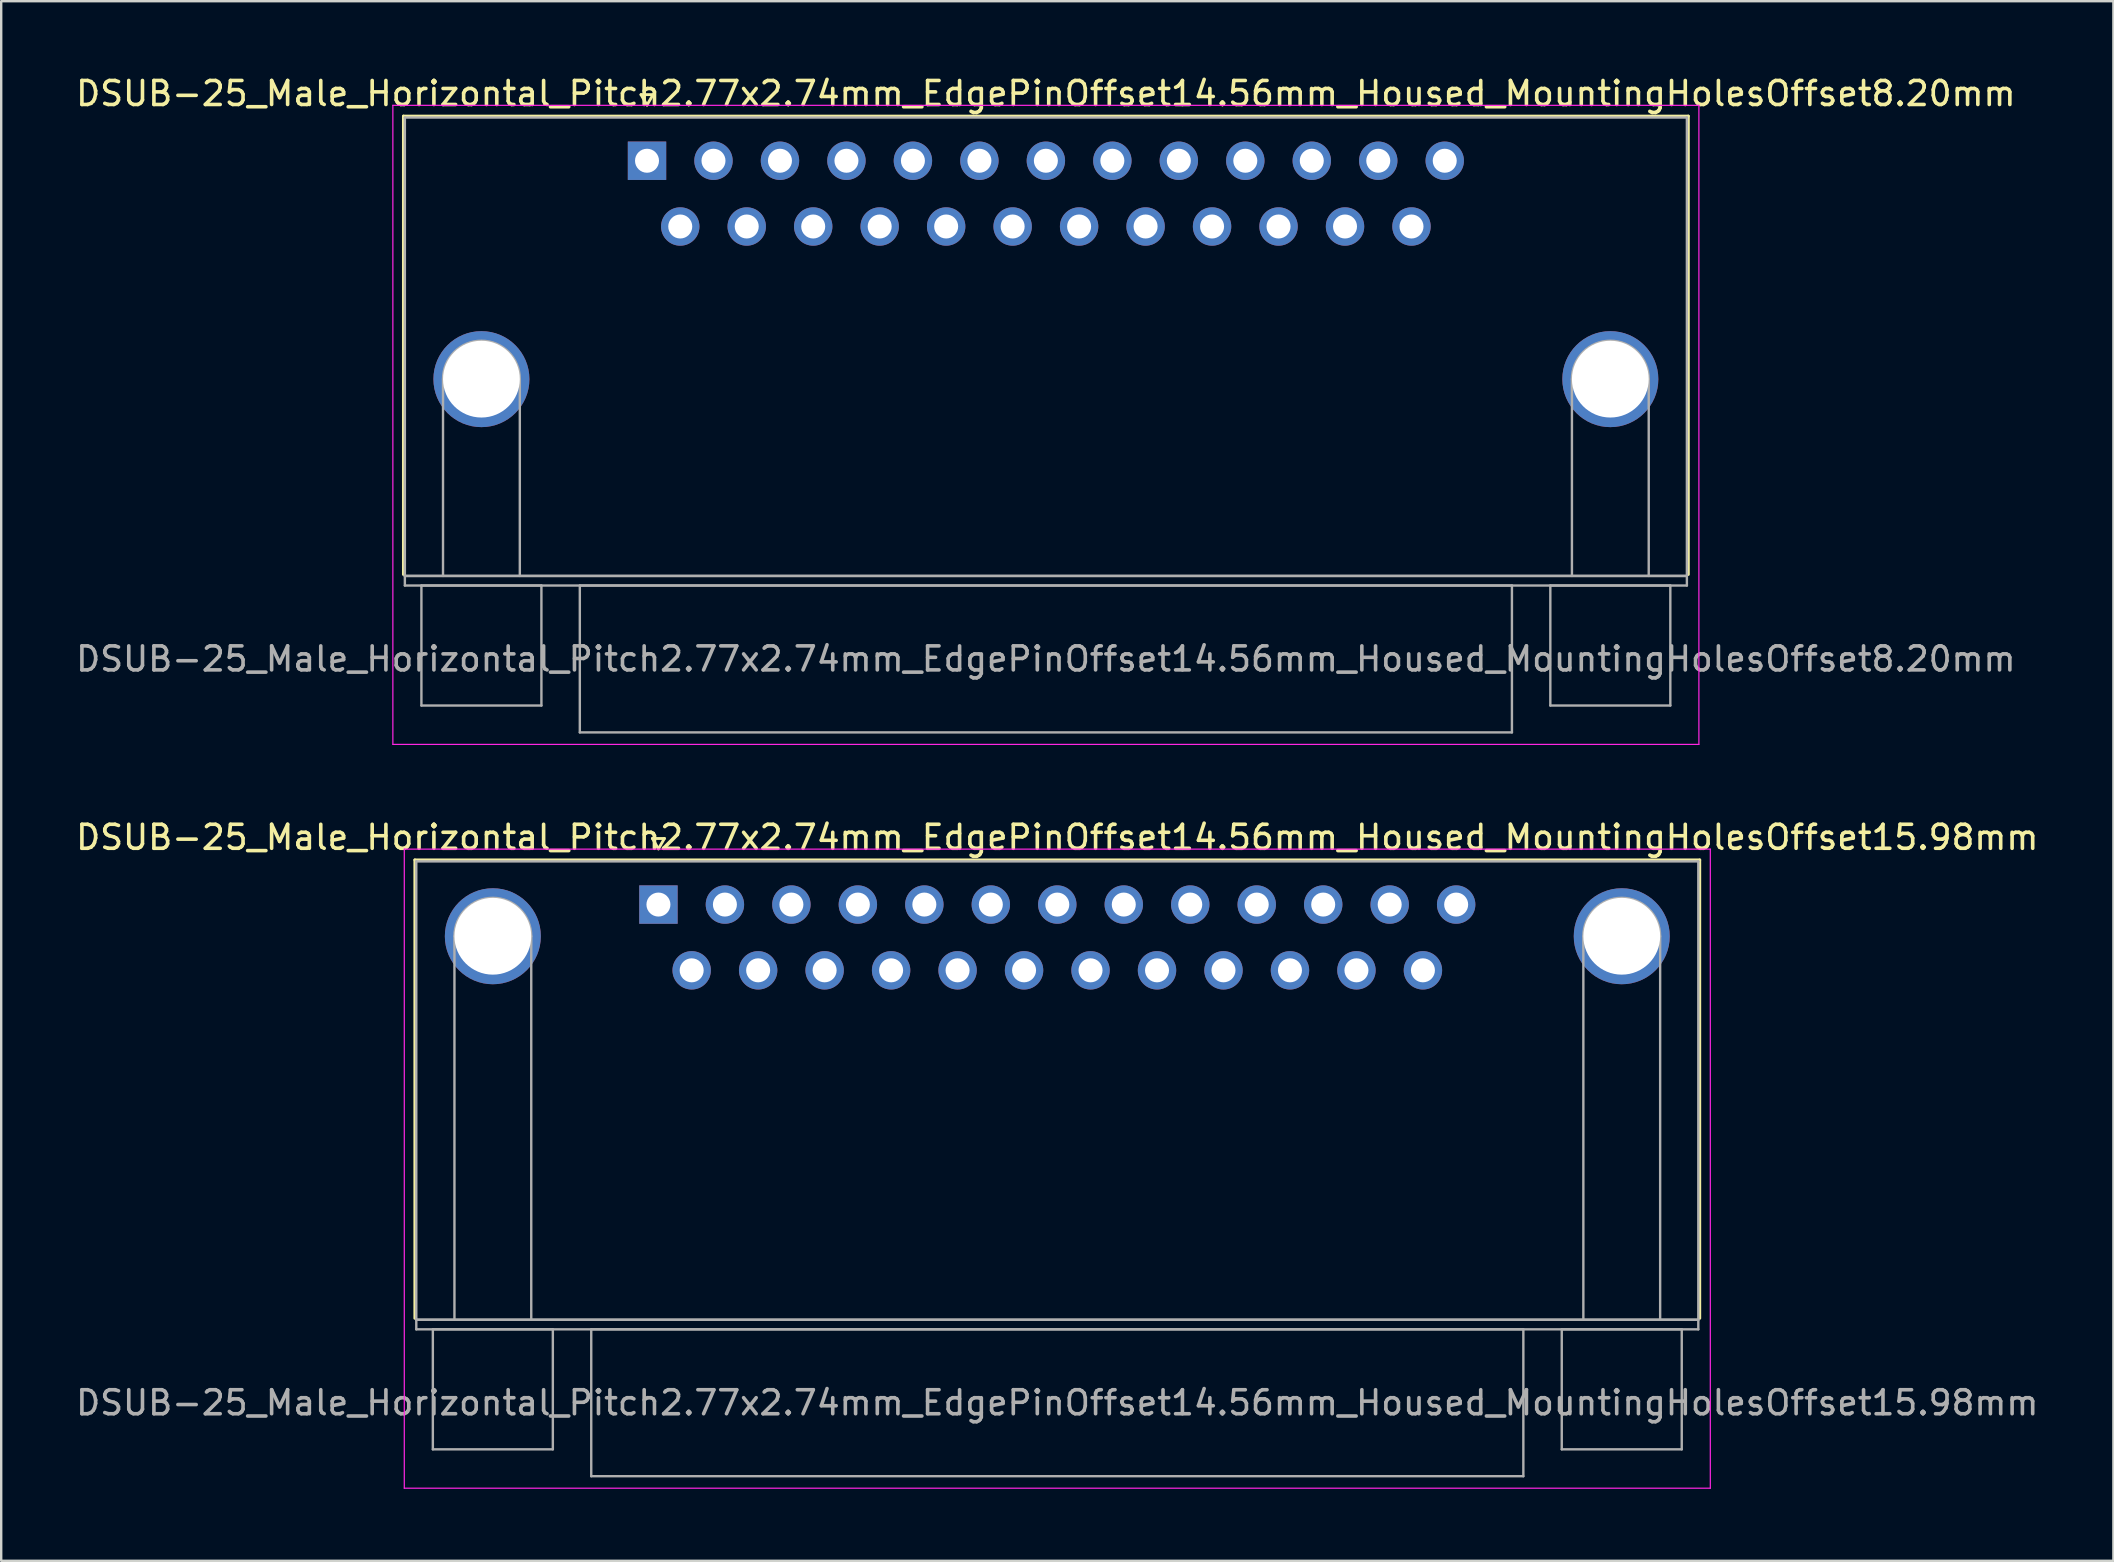
<source format=kicad_pcb>
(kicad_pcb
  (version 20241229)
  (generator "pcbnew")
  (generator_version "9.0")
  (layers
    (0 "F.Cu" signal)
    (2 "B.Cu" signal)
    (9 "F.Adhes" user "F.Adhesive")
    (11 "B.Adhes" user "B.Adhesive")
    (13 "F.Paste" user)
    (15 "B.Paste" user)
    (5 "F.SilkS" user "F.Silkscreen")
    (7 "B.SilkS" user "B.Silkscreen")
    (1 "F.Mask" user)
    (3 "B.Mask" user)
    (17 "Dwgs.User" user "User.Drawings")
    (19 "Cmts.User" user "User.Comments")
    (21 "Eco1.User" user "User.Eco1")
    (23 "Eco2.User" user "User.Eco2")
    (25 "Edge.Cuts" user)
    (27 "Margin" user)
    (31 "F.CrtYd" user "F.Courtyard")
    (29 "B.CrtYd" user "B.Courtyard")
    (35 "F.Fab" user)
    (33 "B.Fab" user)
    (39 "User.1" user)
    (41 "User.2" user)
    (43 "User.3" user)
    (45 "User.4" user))
  (footprint "DSUB-25_Male_Horizontal_Pitch2.77x2.74mm_EdgePinOffset14.56mm_Housed_MountingHolesOffset15.98mm"
    (layer "F.Cu")
    (at 24.386 34.642)
    (property "Reference" "DSUB-25_Male_Horizontal_Pitch2.77x2.74mm_EdgePinOffset14.56mm_Housed_MountingHolesOffset15.98mm" (at 16.62 -2.8 0) (layer "F.SilkS") (effects (font (size 1 1) (thickness 0.15))))
    (attr through_hole)
    (fp_line (start -10.15 -1.86) (end 43.39 -1.86) (stroke (width 0.12) (type solid)) (layer "F.SilkS"))
    (fp_line (start -10.15 17.24) (end -10.15 -1.86) (stroke (width 0.12) (type solid)) (layer "F.SilkS"))
    (fp_line (start -0.25 -2.754) (end 0.25 -2.754) (stroke (width 0.12) (type solid)) (layer "F.SilkS"))
    (fp_line (start 0 -2.321) (end -0.25 -2.754) (stroke (width 0.12) (type solid)) (layer "F.SilkS"))
    (fp_line (start 0.25 -2.754) (end 0 -2.321) (stroke (width 0.12) (type solid)) (layer "F.SilkS"))
    (fp_line (start 43.39 -1.86) (end 43.39 17.24) (stroke (width 0.12) (type solid)) (layer "F.SilkS"))
    (fp_line (start -10.59 -2.31) (end -10.59 24.32) (stroke (width 0.05) (type solid)) (layer "F.CrtYd"))
    (fp_line (start -10.59 24.32) (end 43.83 24.32) (stroke (width 0.05) (type solid)) (layer "F.CrtYd"))
    (fp_line (start 43.83 -2.31) (end -10.59 -2.31) (stroke (width 0.05) (type solid)) (layer "F.CrtYd"))
    (fp_line (start 43.83 24.32) (end 43.83 -2.31) (stroke (width 0.05) (type solid)) (layer "F.CrtYd"))
    (fp_line (start -10.09 -1.8) (end -10.09 17.3) (stroke (width 0.1) (type solid)) (layer "F.Fab"))
    (fp_line (start -10.09 17.3) (end -10.09 17.7) (stroke (width 0.1) (type solid)) (layer "F.Fab"))
    (fp_line (start -10.09 17.3) (end 43.33 17.3) (stroke (width 0.1) (type solid)) (layer "F.Fab"))
    (fp_line (start -10.09 17.7) (end 43.33 17.7) (stroke (width 0.1) (type solid)) (layer "F.Fab"))
    (fp_line (start -9.4 17.7) (end -9.4 22.7) (stroke (width 0.1) (type solid)) (layer "F.Fab"))
    (fp_line (start -9.4 22.7) (end -4.4 22.7) (stroke (width 0.1) (type solid)) (layer "F.Fab"))
    (fp_line (start -8.5 17.3) (end -8.5 1.32) (stroke (width 0.1) (type solid)) (layer "F.Fab"))
    (fp_line (start -5.3 17.3) (end -5.3 1.32) (stroke (width 0.1) (type solid)) (layer "F.Fab"))
    (fp_line (start -4.4 17.7) (end -9.4 17.7) (stroke (width 0.1) (type solid)) (layer "F.Fab"))
    (fp_line (start -4.4 22.7) (end -4.4 17.7) (stroke (width 0.1) (type solid)) (layer "F.Fab"))
    (fp_line (start -2.8 17.7) (end -2.8 23.82) (stroke (width 0.1) (type solid)) (layer "F.Fab"))
    (fp_line (start -2.8 23.82) (end 36.04 23.82) (stroke (width 0.1) (type solid)) (layer "F.Fab"))
    (fp_line (start 36.04 17.7) (end -2.8 17.7) (stroke (width 0.1) (type solid)) (layer "F.Fab"))
    (fp_line (start 36.04 23.82) (end 36.04 17.7) (stroke (width 0.1) (type solid)) (layer "F.Fab"))
    (fp_line (start 37.64 17.7) (end 37.64 22.7) (stroke (width 0.1) (type solid)) (layer "F.Fab"))
    (fp_line (start 37.64 22.7) (end 42.64 22.7) (stroke (width 0.1) (type solid)) (layer "F.Fab"))
    (fp_line (start 38.54 17.3) (end 38.54 1.32) (stroke (width 0.1) (type solid)) (layer "F.Fab"))
    (fp_line (start 41.74 17.3) (end 41.74 1.32) (stroke (width 0.1) (type solid)) (layer "F.Fab"))
    (fp_line (start 42.64 17.7) (end 37.64 17.7) (stroke (width 0.1) (type solid)) (layer "F.Fab"))
    (fp_line (start 42.64 22.7) (end 42.64 17.7) (stroke (width 0.1) (type solid)) (layer "F.Fab"))
    (fp_line (start 43.33 -1.8) (end -10.09 -1.8) (stroke (width 0.1) (type solid)) (layer "F.Fab"))
    (fp_line (start 43.33 17.3) (end -10.09 17.3) (stroke (width 0.1) (type solid)) (layer "F.Fab"))
    (fp_line (start 43.33 17.3) (end 43.33 -1.8) (stroke (width 0.1) (type solid)) (layer "F.Fab"))
    (fp_line (start 43.33 17.7) (end 43.33 17.3) (stroke (width 0.1) (type solid)) (layer "F.Fab"))
    (fp_arc (start -8.5 1.32) (mid -6.9 -0.28) (end -5.3 1.32) (stroke (width 0.1) (type solid)) (layer "F.Fab"))
    (fp_arc (start 38.54 1.32) (mid 40.14 -0.28) (end 41.74 1.32) (stroke (width 0.1) (type solid)) (layer "F.Fab"))
    (fp_text user "${REFERENCE}" (at 16.62 20.76 0) (layer "F.Fab") (effects (font (size 1 1) (thickness 0.15))))
    (pad "0" thru_hole circle (at -6.9 1.32) (size 4 4) (drill 3.2) (layers "*.Cu" "*.Mask"))
    (pad "0" thru_hole circle (at 40.14 1.32) (size 4 4) (drill 3.2) (layers "*.Cu" "*.Mask"))
    (pad "1" thru_hole rect (at 0 0) (size 1.6 1.6) (drill 1) (layers "*.Cu" "*.Mask"))
    (pad "2" thru_hole circle (at 2.77 0) (size 1.6 1.6) (drill 1) (layers "*.Cu" "*.Mask"))
    (pad "3" thru_hole circle (at 5.54 0) (size 1.6 1.6) (drill 1) (layers "*.Cu" "*.Mask"))
    (pad "4" thru_hole circle (at 8.31 0) (size 1.6 1.6) (drill 1) (layers "*.Cu" "*.Mask"))
    (pad "5" thru_hole circle (at 11.08 0) (size 1.6 1.6) (drill 1) (layers "*.Cu" "*.Mask"))
    (pad "6" thru_hole circle (at 13.85 0) (size 1.6 1.6) (drill 1) (layers "*.Cu" "*.Mask"))
    (pad "7" thru_hole circle (at 16.62 0) (size 1.6 1.6) (drill 1) (layers "*.Cu" "*.Mask"))
    (pad "8" thru_hole circle (at 19.39 0) (size 1.6 1.6) (drill 1) (layers "*.Cu" "*.Mask"))
    (pad "9" thru_hole circle (at 22.16 0) (size 1.6 1.6) (drill 1) (layers "*.Cu" "*.Mask"))
    (pad "10" thru_hole circle (at 24.93 0) (size 1.6 1.6) (drill 1) (layers "*.Cu" "*.Mask"))
    (pad "11" thru_hole circle (at 27.7 0) (size 1.6 1.6) (drill 1) (layers "*.Cu" "*.Mask"))
    (pad "12" thru_hole circle (at 30.47 0) (size 1.6 1.6) (drill 1) (layers "*.Cu" "*.Mask"))
    (pad "13" thru_hole circle (at 33.24 0) (size 1.6 1.6) (drill 1) (layers "*.Cu" "*.Mask"))
    (pad "14" thru_hole circle (at 1.385 2.74) (size 1.6 1.6) (drill 1) (layers "*.Cu" "*.Mask"))
    (pad "15" thru_hole circle (at 4.155 2.74) (size 1.6 1.6) (drill 1) (layers "*.Cu" "*.Mask"))
    (pad "16" thru_hole circle (at 6.925 2.74) (size 1.6 1.6) (drill 1) (layers "*.Cu" "*.Mask"))
    (pad "17" thru_hole circle (at 9.695 2.74) (size 1.6 1.6) (drill 1) (layers "*.Cu" "*.Mask"))
    (pad "18" thru_hole circle (at 12.465 2.74) (size 1.6 1.6) (drill 1) (layers "*.Cu" "*.Mask"))
    (pad "19" thru_hole circle (at 15.235 2.74) (size 1.6 1.6) (drill 1) (layers "*.Cu" "*.Mask"))
    (pad "20" thru_hole circle (at 18.005 2.74) (size 1.6 1.6) (drill 1) (layers "*.Cu" "*.Mask"))
    (pad "21" thru_hole circle (at 20.775 2.74) (size 1.6 1.6) (drill 1) (layers "*.Cu" "*.Mask"))
    (pad "22" thru_hole circle (at 23.545 2.74) (size 1.6 1.6) (drill 1) (layers "*.Cu" "*.Mask"))
    (pad "23" thru_hole circle (at 26.315 2.74) (size 1.6 1.6) (drill 1) (layers "*.Cu" "*.Mask"))
    (pad "24" thru_hole circle (at 29.085 2.74) (size 1.6 1.6) (drill 1) (layers "*.Cu" "*.Mask"))
    (pad "25" thru_hole circle (at 31.855 2.74) (size 1.6 1.6) (drill 1) (layers "*.Cu" "*.Mask")))
  (footprint "DSUB-25_Male_Horizontal_Pitch2.77x2.74mm_EdgePinOffset14.56mm_Housed_MountingHolesOffset8.20mm"
    (layer "F.Cu")
    (at 23.91 3.648)
    (property "Reference" "DSUB-25_Male_Horizontal_Pitch2.77x2.74mm_EdgePinOffset14.56mm_Housed_MountingHolesOffset8.20mm" (at 16.62 -2.8 0) (layer "F.SilkS") (effects (font (size 1 1) (thickness 0.15))))
    (attr through_hole)
    (fp_line (start -10.15 -1.86) (end 43.39 -1.86) (stroke (width 0.12) (type solid)) (layer "F.SilkS"))
    (fp_line (start -10.15 17.24) (end -10.15 -1.86) (stroke (width 0.12) (type solid)) (layer "F.SilkS"))
    (fp_line (start -0.25 -2.754) (end 0.25 -2.754) (stroke (width 0.12) (type solid)) (layer "F.SilkS"))
    (fp_line (start 0 -2.321) (end -0.25 -2.754) (stroke (width 0.12) (type solid)) (layer "F.SilkS"))
    (fp_line (start 0.25 -2.754) (end 0 -2.321) (stroke (width 0.12) (type solid)) (layer "F.SilkS"))
    (fp_line (start 43.39 -1.86) (end 43.39 17.24) (stroke (width 0.12) (type solid)) (layer "F.SilkS"))
    (fp_line (start -10.59 -2.31) (end -10.59 24.32) (stroke (width 0.05) (type solid)) (layer "F.CrtYd"))
    (fp_line (start -10.59 24.32) (end 43.83 24.32) (stroke (width 0.05) (type solid)) (layer "F.CrtYd"))
    (fp_line (start 43.83 -2.31) (end -10.59 -2.31) (stroke (width 0.05) (type solid)) (layer "F.CrtYd"))
    (fp_line (start 43.83 24.32) (end 43.83 -2.31) (stroke (width 0.05) (type solid)) (layer "F.CrtYd"))
    (fp_line (start -10.09 -1.8) (end -10.09 17.3) (stroke (width 0.1) (type solid)) (layer "F.Fab"))
    (fp_line (start -10.09 17.3) (end -10.09 17.7) (stroke (width 0.1) (type solid)) (layer "F.Fab"))
    (fp_line (start -10.09 17.3) (end 43.33 17.3) (stroke (width 0.1) (type solid)) (layer "F.Fab"))
    (fp_line (start -10.09 17.7) (end 43.33 17.7) (stroke (width 0.1) (type solid)) (layer "F.Fab"))
    (fp_line (start -9.4 17.7) (end -9.4 22.7) (stroke (width 0.1) (type solid)) (layer "F.Fab"))
    (fp_line (start -9.4 22.7) (end -4.4 22.7) (stroke (width 0.1) (type solid)) (layer "F.Fab"))
    (fp_line (start -8.5 17.3) (end -8.5 9.1) (stroke (width 0.1) (type solid)) (layer "F.Fab"))
    (fp_line (start -5.3 17.3) (end -5.3 9.1) (stroke (width 0.1) (type solid)) (layer "F.Fab"))
    (fp_line (start -4.4 17.7) (end -9.4 17.7) (stroke (width 0.1) (type solid)) (layer "F.Fab"))
    (fp_line (start -4.4 22.7) (end -4.4 17.7) (stroke (width 0.1) (type solid)) (layer "F.Fab"))
    (fp_line (start -2.8 17.7) (end -2.8 23.82) (stroke (width 0.1) (type solid)) (layer "F.Fab"))
    (fp_line (start -2.8 23.82) (end 36.04 23.82) (stroke (width 0.1) (type solid)) (layer "F.Fab"))
    (fp_line (start 36.04 17.7) (end -2.8 17.7) (stroke (width 0.1) (type solid)) (layer "F.Fab"))
    (fp_line (start 36.04 23.82) (end 36.04 17.7) (stroke (width 0.1) (type solid)) (layer "F.Fab"))
    (fp_line (start 37.64 17.7) (end 37.64 22.7) (stroke (width 0.1) (type solid)) (layer "F.Fab"))
    (fp_line (start 37.64 22.7) (end 42.64 22.7) (stroke (width 0.1) (type solid)) (layer "F.Fab"))
    (fp_line (start 38.54 17.3) (end 38.54 9.1) (stroke (width 0.1) (type solid)) (layer "F.Fab"))
    (fp_line (start 41.74 17.3) (end 41.74 9.1) (stroke (width 0.1) (type solid)) (layer "F.Fab"))
    (fp_line (start 42.64 17.7) (end 37.64 17.7) (stroke (width 0.1) (type solid)) (layer "F.Fab"))
    (fp_line (start 42.64 22.7) (end 42.64 17.7) (stroke (width 0.1) (type solid)) (layer "F.Fab"))
    (fp_line (start 43.33 -1.8) (end -10.09 -1.8) (stroke (width 0.1) (type solid)) (layer "F.Fab"))
    (fp_line (start 43.33 17.3) (end -10.09 17.3) (stroke (width 0.1) (type solid)) (layer "F.Fab"))
    (fp_line (start 43.33 17.3) (end 43.33 -1.8) (stroke (width 0.1) (type solid)) (layer "F.Fab"))
    (fp_line (start 43.33 17.7) (end 43.33 17.3) (stroke (width 0.1) (type solid)) (layer "F.Fab"))
    (fp_arc (start -8.5 9.1) (mid -6.9 7.5) (end -5.3 9.1) (stroke (width 0.1) (type solid)) (layer "F.Fab"))
    (fp_arc (start 38.54 9.1) (mid 40.14 7.5) (end 41.74 9.1) (stroke (width 0.1) (type solid)) (layer "F.Fab"))
    (fp_text user "${REFERENCE}" (at 16.62 20.76 0) (layer "F.Fab") (effects (font (size 1 1) (thickness 0.15))))
    (pad "0" thru_hole circle (at -6.9 9.1) (size 4 4) (drill 3.2) (layers "*.Cu" "*.Mask"))
    (pad "0" thru_hole circle (at 40.14 9.1) (size 4 4) (drill 3.2) (layers "*.Cu" "*.Mask"))
    (pad "1" thru_hole rect (at 0 0) (size 1.6 1.6) (drill 1) (layers "*.Cu" "*.Mask"))
    (pad "2" thru_hole circle (at 2.77 0) (size 1.6 1.6) (drill 1) (layers "*.Cu" "*.Mask"))
    (pad "3" thru_hole circle (at 5.54 0) (size 1.6 1.6) (drill 1) (layers "*.Cu" "*.Mask"))
    (pad "4" thru_hole circle (at 8.31 0) (size 1.6 1.6) (drill 1) (layers "*.Cu" "*.Mask"))
    (pad "5" thru_hole circle (at 11.08 0) (size 1.6 1.6) (drill 1) (layers "*.Cu" "*.Mask"))
    (pad "6" thru_hole circle (at 13.85 0) (size 1.6 1.6) (drill 1) (layers "*.Cu" "*.Mask"))
    (pad "7" thru_hole circle (at 16.62 0) (size 1.6 1.6) (drill 1) (layers "*.Cu" "*.Mask"))
    (pad "8" thru_hole circle (at 19.39 0) (size 1.6 1.6) (drill 1) (layers "*.Cu" "*.Mask"))
    (pad "9" thru_hole circle (at 22.16 0) (size 1.6 1.6) (drill 1) (layers "*.Cu" "*.Mask"))
    (pad "10" thru_hole circle (at 24.93 0) (size 1.6 1.6) (drill 1) (layers "*.Cu" "*.Mask"))
    (pad "11" thru_hole circle (at 27.7 0) (size 1.6 1.6) (drill 1) (layers "*.Cu" "*.Mask"))
    (pad "12" thru_hole circle (at 30.47 0) (size 1.6 1.6) (drill 1) (layers "*.Cu" "*.Mask"))
    (pad "13" thru_hole circle (at 33.24 0) (size 1.6 1.6) (drill 1) (layers "*.Cu" "*.Mask"))
    (pad "14" thru_hole circle (at 1.385 2.74) (size 1.6 1.6) (drill 1) (layers "*.Cu" "*.Mask"))
    (pad "15" thru_hole circle (at 4.155 2.74) (size 1.6 1.6) (drill 1) (layers "*.Cu" "*.Mask"))
    (pad "16" thru_hole circle (at 6.925 2.74) (size 1.6 1.6) (drill 1) (layers "*.Cu" "*.Mask"))
    (pad "17" thru_hole circle (at 9.695 2.74) (size 1.6 1.6) (drill 1) (layers "*.Cu" "*.Mask"))
    (pad "18" thru_hole circle (at 12.465 2.74) (size 1.6 1.6) (drill 1) (layers "*.Cu" "*.Mask"))
    (pad "19" thru_hole circle (at 15.235 2.74) (size 1.6 1.6) (drill 1) (layers "*.Cu" "*.Mask"))
    (pad "20" thru_hole circle (at 18.005 2.74) (size 1.6 1.6) (drill 1) (layers "*.Cu" "*.Mask"))
    (pad "21" thru_hole circle (at 20.775 2.74) (size 1.6 1.6) (drill 1) (layers "*.Cu" "*.Mask"))
    (pad "22" thru_hole circle (at 23.545 2.74) (size 1.6 1.6) (drill 1) (layers "*.Cu" "*.Mask"))
    (pad "23" thru_hole circle (at 26.315 2.74) (size 1.6 1.6) (drill 1) (layers "*.Cu" "*.Mask"))
    (pad "24" thru_hole circle (at 29.085 2.74) (size 1.6 1.6) (drill 1) (layers "*.Cu" "*.Mask"))
    (pad "25" thru_hole circle (at 31.855 2.74) (size 1.6 1.6) (drill 1) (layers "*.Cu" "*.Mask")))
  (gr_rect
    (start -3 -3)
    (end 85.012 61.986)
    (stroke (width 0.1) (type default))
    (fill no)
    (layer "Edge.Cuts")))
</source>
